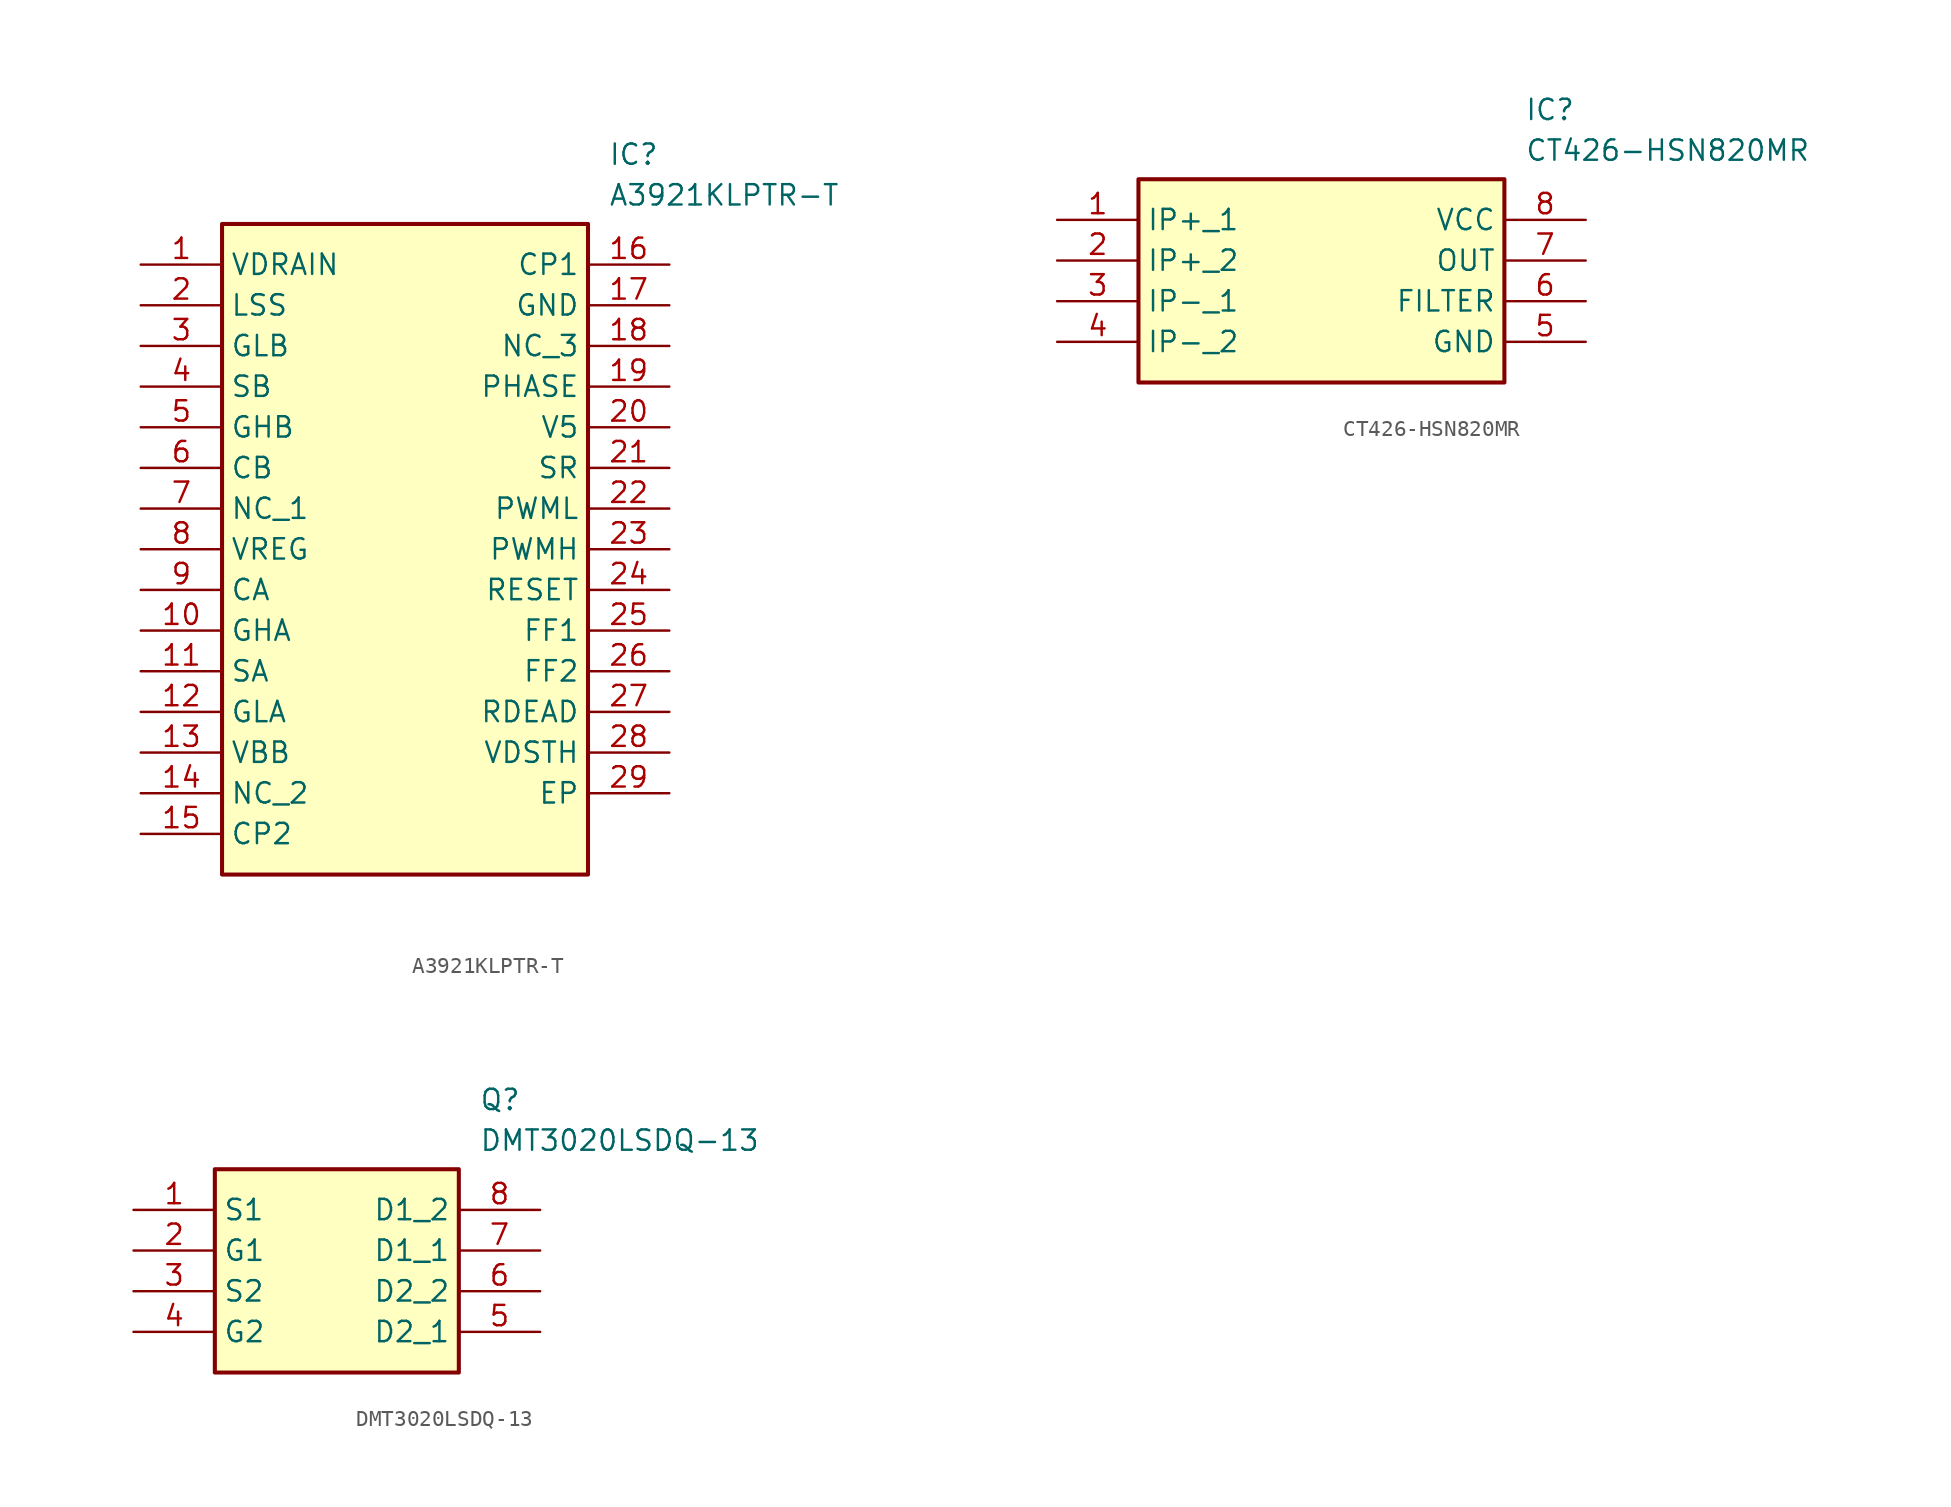
<source format=kicad_sym>
(kicad_symbol_lib
  (version 20220914)
  (generator kicad_symbol_editor)
  (symbol "A3921KLPTR-T"
    (property "Reference" "IC"
      (at 29.21 7.62 0)
      (effects (font (size 1.27 1.27)) (justify left top)))
    (property "Value" "A3921KLPTR-T"
      (at 29.21 5.08 0)
      (effects (font (size 1.27 1.27)) (justify left top)))
    (symbol "A3921KLPTR-T_1_1"
      (rectangle (start 5.08 2.54) (end 27.94 -38.1) (stroke (width 0.254) (type default)) (fill (type background)))
      (pin passive line (at 0 0 0) (length 5.08) (name "VDRAIN" (effects (font (size 1.27 1.27)))) (number "1" (effects (font (size 1.27 1.27)))))
      (pin passive line (at 0 -22.86 0) (length 5.08) (name "GHA" (effects (font (size 1.27 1.27)))) (number "10" (effects (font (size 1.27 1.27)))))
      (pin passive line (at 0 -25.4 0) (length 5.08) (name "SA" (effects (font (size 1.27 1.27)))) (number "11" (effects (font (size 1.27 1.27)))))
      (pin passive line (at 0 -27.94 0) (length 5.08) (name "GLA" (effects (font (size 1.27 1.27)))) (number "12" (effects (font (size 1.27 1.27)))))
      (pin passive line (at 0 -30.48 0) (length 5.08) (name "VBB" (effects (font (size 1.27 1.27)))) (number "13" (effects (font (size 1.27 1.27)))))
      (pin passive line (at 0 -33.02 0) (length 5.08) (name "NC_2" (effects (font (size 1.27 1.27)))) (number "14" (effects (font (size 1.27 1.27)))))
      (pin passive line (at 0 -35.56 0) (length 5.08) (name "CP2" (effects (font (size 1.27 1.27)))) (number "15" (effects (font (size 1.27 1.27)))))
      (pin passive line (at 33.02 0 180) (length 5.08) (name "CP1" (effects (font (size 1.27 1.27)))) (number "16" (effects (font (size 1.27 1.27)))))
      (pin passive line (at 33.02 -2.54 180) (length 5.08) (name "GND" (effects (font (size 1.27 1.27)))) (number "17" (effects (font (size 1.27 1.27)))))
      (pin passive line (at 33.02 -5.08 180) (length 5.08) (name "NC_3" (effects (font (size 1.27 1.27)))) (number "18" (effects (font (size 1.27 1.27)))))
      (pin passive line (at 33.02 -7.62 180) (length 5.08) (name "PHASE" (effects (font (size 1.27 1.27)))) (number "19" (effects (font (size 1.27 1.27)))))
      (pin passive line (at 0 -2.54 0) (length 5.08) (name "LSS" (effects (font (size 1.27 1.27)))) (number "2" (effects (font (size 1.27 1.27)))))
      (pin passive line (at 33.02 -10.16 180) (length 5.08) (name "V5" (effects (font (size 1.27 1.27)))) (number "20" (effects (font (size 1.27 1.27)))))
      (pin passive line (at 33.02 -12.7 180) (length 5.08) (name "SR" (effects (font (size 1.27 1.27)))) (number "21" (effects (font (size 1.27 1.27)))))
      (pin passive line (at 33.02 -15.24 180) (length 5.08) (name "PWML" (effects (font (size 1.27 1.27)))) (number "22" (effects (font (size 1.27 1.27)))))
      (pin passive line (at 33.02 -17.78 180) (length 5.08) (name "PWMH" (effects (font (size 1.27 1.27)))) (number "23" (effects (font (size 1.27 1.27)))))
      (pin passive line (at 33.02 -20.32 180) (length 5.08) (name "RESET" (effects (font (size 1.27 1.27)))) (number "24" (effects (font (size 1.27 1.27)))))
      (pin passive line (at 33.02 -22.86 180) (length 5.08) (name "FF1" (effects (font (size 1.27 1.27)))) (number "25" (effects (font (size 1.27 1.27)))))
      (pin passive line (at 33.02 -25.4 180) (length 5.08) (name "FF2" (effects (font (size 1.27 1.27)))) (number "26" (effects (font (size 1.27 1.27)))))
      (pin passive line (at 33.02 -27.94 180) (length 5.08) (name "RDEAD" (effects (font (size 1.27 1.27)))) (number "27" (effects (font (size 1.27 1.27)))))
      (pin passive line (at 33.02 -30.48 180) (length 5.08) (name "VDSTH" (effects (font (size 1.27 1.27)))) (number "28" (effects (font (size 1.27 1.27)))))
      (pin passive line (at 33.02 -33.02 180) (length 5.08) (name "EP" (effects (font (size 1.27 1.27)))) (number "29" (effects (font (size 1.27 1.27)))))
      (pin passive line (at 0 -5.08 0) (length 5.08) (name "GLB" (effects (font (size 1.27 1.27)))) (number "3" (effects (font (size 1.27 1.27)))))
      (pin passive line (at 0 -7.62 0) (length 5.08) (name "SB" (effects (font (size 1.27 1.27)))) (number "4" (effects (font (size 1.27 1.27)))))
      (pin passive line (at 0 -10.16 0) (length 5.08) (name "GHB" (effects (font (size 1.27 1.27)))) (number "5" (effects (font (size 1.27 1.27)))))
      (pin passive line (at 0 -12.7 0) (length 5.08) (name "CB" (effects (font (size 1.27 1.27)))) (number "6" (effects (font (size 1.27 1.27)))))
      (pin passive line (at 0 -15.24 0) (length 5.08) (name "NC_1" (effects (font (size 1.27 1.27)))) (number "7" (effects (font (size 1.27 1.27)))))
      (pin passive line (at 0 -17.78 0) (length 5.08) (name "VREG" (effects (font (size 1.27 1.27)))) (number "8" (effects (font (size 1.27 1.27)))))
      (pin passive line (at 0 -20.32 0) (length 5.08) (name "CA" (effects (font (size 1.27 1.27)))) (number "9" (effects (font (size 1.27 1.27)))))))
  (symbol "CT426-HSN820MR"
    (property "Reference" "IC"
      (at 29.21 7.62 0)
      (effects (font (size 1.27 1.27)) (justify left top)))
    (property "Value" "CT426-HSN820MR"
      (at 29.21 5.08 0)
      (effects (font (size 1.27 1.27)) (justify left top)))
    (symbol "CT426-HSN820MR_1_1"
      (rectangle (start 5.08 2.54) (end 27.94 -10.16) (stroke (width 0.254) (type default)) (fill (type background)))
      (pin passive line (at 0 0 0) (length 5.08) (name "IP+_1" (effects (font (size 1.27 1.27)))) (number "1" (effects (font (size 1.27 1.27)))))
      (pin passive line (at 0 -2.54 0) (length 5.08) (name "IP+_2" (effects (font (size 1.27 1.27)))) (number "2" (effects (font (size 1.27 1.27)))))
      (pin passive line (at 0 -5.08 0) (length 5.08) (name "IP-_1" (effects (font (size 1.27 1.27)))) (number "3" (effects (font (size 1.27 1.27)))))
      (pin passive line (at 0 -7.62 0) (length 5.08) (name "IP-_2" (effects (font (size 1.27 1.27)))) (number "4" (effects (font (size 1.27 1.27)))))
      (pin passive line (at 33.02 -7.62 180) (length 5.08) (name "GND" (effects (font (size 1.27 1.27)))) (number "5" (effects (font (size 1.27 1.27)))))
      (pin passive line (at 33.02 -5.08 180) (length 5.08) (name "FILTER" (effects (font (size 1.27 1.27)))) (number "6" (effects (font (size 1.27 1.27)))))
      (pin passive line (at 33.02 -2.54 180) (length 5.08) (name "OUT" (effects (font (size 1.27 1.27)))) (number "7" (effects (font (size 1.27 1.27)))))
      (pin passive line (at 33.02 0 180) (length 5.08) (name "VCC" (effects (font (size 1.27 1.27)))) (number "8" (effects (font (size 1.27 1.27)))))))
  (symbol "DMT3020LSDQ-13"
    (property "Reference" "Q"
      (at 21.59 7.62 0)
      (effects (font (size 1.27 1.27)) (justify left top)))
    (property "Value" "DMT3020LSDQ-13"
      (at 21.59 5.08 0)
      (effects (font (size 1.27 1.27)) (justify left top)))
    (symbol "DMT3020LSDQ-13_1_1"
      (rectangle (start 5.08 2.54) (end 20.32 -10.16) (stroke (width 0.254) (type default)) (fill (type background)))
      (pin passive line (at 0 0 0) (length 5.08) (name "S1" (effects (font (size 1.27 1.27)))) (number "1" (effects (font (size 1.27 1.27)))))
      (pin passive line (at 0 -2.54 0) (length 5.08) (name "G1" (effects (font (size 1.27 1.27)))) (number "2" (effects (font (size 1.27 1.27)))))
      (pin passive line (at 0 -5.08 0) (length 5.08) (name "S2" (effects (font (size 1.27 1.27)))) (number "3" (effects (font (size 1.27 1.27)))))
      (pin passive line (at 0 -7.62 0) (length 5.08) (name "G2" (effects (font (size 1.27 1.27)))) (number "4" (effects (font (size 1.27 1.27)))))
      (pin passive line (at 25.4 -7.62 180) (length 5.08) (name "D2_1" (effects (font (size 1.27 1.27)))) (number "5" (effects (font (size 1.27 1.27)))))
      (pin passive line (at 25.4 -5.08 180) (length 5.08) (name "D2_2" (effects (font (size 1.27 1.27)))) (number "6" (effects (font (size 1.27 1.27)))))
      (pin passive line (at 25.4 -2.54 180) (length 5.08) (name "D1_1" (effects (font (size 1.27 1.27)))) (number "7" (effects (font (size 1.27 1.27)))))
      (pin passive line (at 25.4 0 180) (length 5.08) (name "D1_2" (effects (font (size 1.27 1.27)))) (number "8" (effects (font (size 1.27 1.27))))))))
</source>
